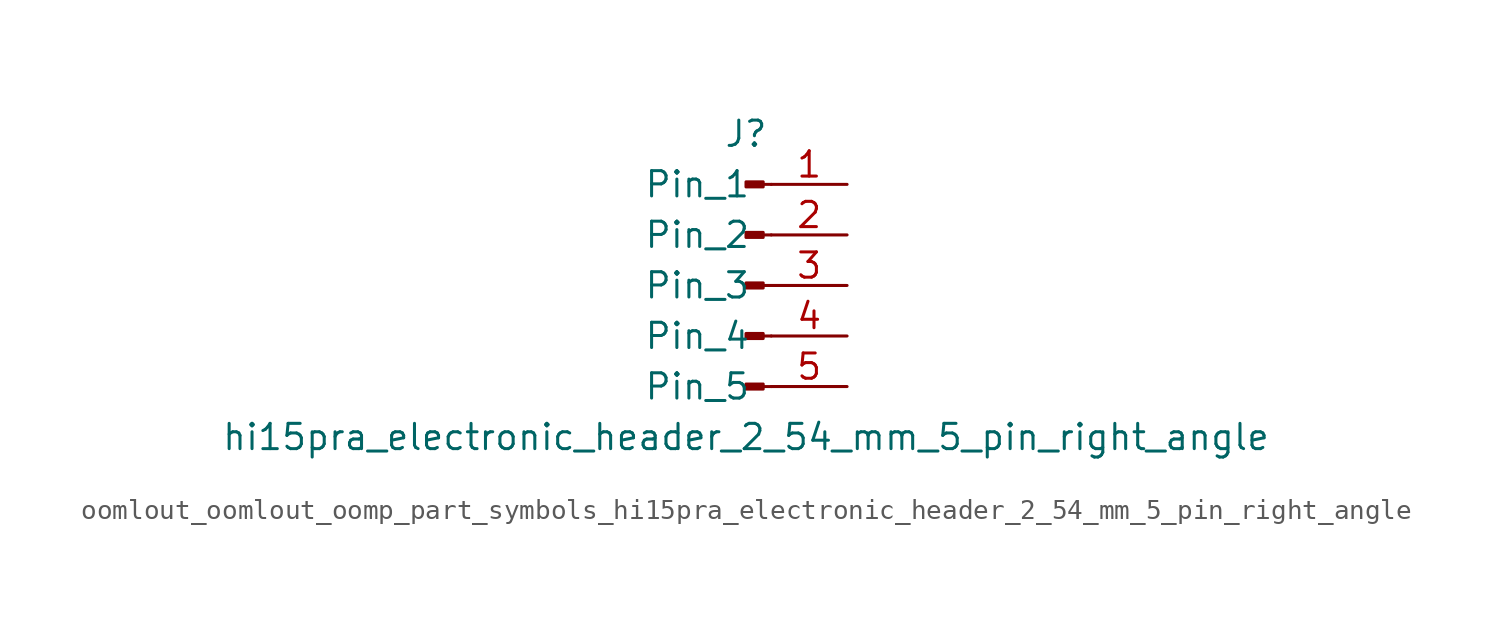
<source format=kicad_sym>
(kicad_symbol_lib
  (version 20220914)
  (generator kicad_symbol_editor)
  (symbol "oomlout_oomlout_oomp_part_symbols_hi15pra_electronic_header_2_54_mm_5_pin_right_angle"
    (pin_names
      (offset 1.016))
    (property "Reference" "J"
      (at 0 7.62 0)
      (effects (font (size 1.27 1.27))))
    (property "Value" "hi15pra_electronic_header_2_54_mm_5_pin_right_angle"
      (at 0 -7.62 0)
      (effects (font (size 1.27 1.27))))
    (property "ki_locked" ""
      (at 0 0 0)
      (effects (font (size 1.27 1.27))))
    (symbol "oomlout_oomlout_oomp_part_symbols_hi15pra_electronic_header_2_54_mm_5_pin_right_angle_1_1"
      (polyline (pts (xy 1.27 -5.08) (xy 0.864 -5.08)) (stroke (width 0.152) (type default)) (fill (type none)))
      (polyline (pts (xy 1.27 -2.54) (xy 0.864 -2.54)) (stroke (width 0.152) (type default)) (fill (type none)))
      (polyline (pts (xy 1.27 0) (xy 0.864 0)) (stroke (width 0.152) (type default)) (fill (type none)))
      (polyline (pts (xy 1.27 2.54) (xy 0.864 2.54)) (stroke (width 0.152) (type default)) (fill (type none)))
      (polyline (pts (xy 1.27 5.08) (xy 0.864 5.08)) (stroke (width 0.152) (type default)) (fill (type none)))
      (rectangle (start 0.864 -4.953) (end 0 -5.207) (stroke (width 0.152) (type default)) (fill (type outline)))
      (rectangle (start 0.864 -2.413) (end 0 -2.667) (stroke (width 0.152) (type default)) (fill (type outline)))
      (rectangle (start 0.864 0.127) (end 0 -0.127) (stroke (width 0.152) (type default)) (fill (type outline)))
      (rectangle (start 0.864 2.667) (end 0 2.413) (stroke (width 0.152) (type default)) (fill (type outline)))
      (rectangle (start 0.864 5.207) (end 0 4.953) (stroke (width 0.152) (type default)) (fill (type outline)))
      (pin passive line (at 5.08 5.08 180) (length 3.81) (name "Pin_1" (effects (font (size 1.27 1.27)))) (number "1" (effects (font (size 1.27 1.27)))))
      (pin passive line (at 5.08 2.54 180) (length 3.81) (name "Pin_2" (effects (font (size 1.27 1.27)))) (number "2" (effects (font (size 1.27 1.27)))))
      (pin passive line (at 5.08 0 180) (length 3.81) (name "Pin_3" (effects (font (size 1.27 1.27)))) (number "3" (effects (font (size 1.27 1.27)))))
      (pin passive line (at 5.08 -2.54 180) (length 3.81) (name "Pin_4" (effects (font (size 1.27 1.27)))) (number "4" (effects (font (size 1.27 1.27)))))
      (pin passive line (at 5.08 -5.08 180) (length 3.81) (name "Pin_5" (effects (font (size 1.27 1.27)))) (number "5" (effects (font (size 1.27 1.27))))))))
</source>
